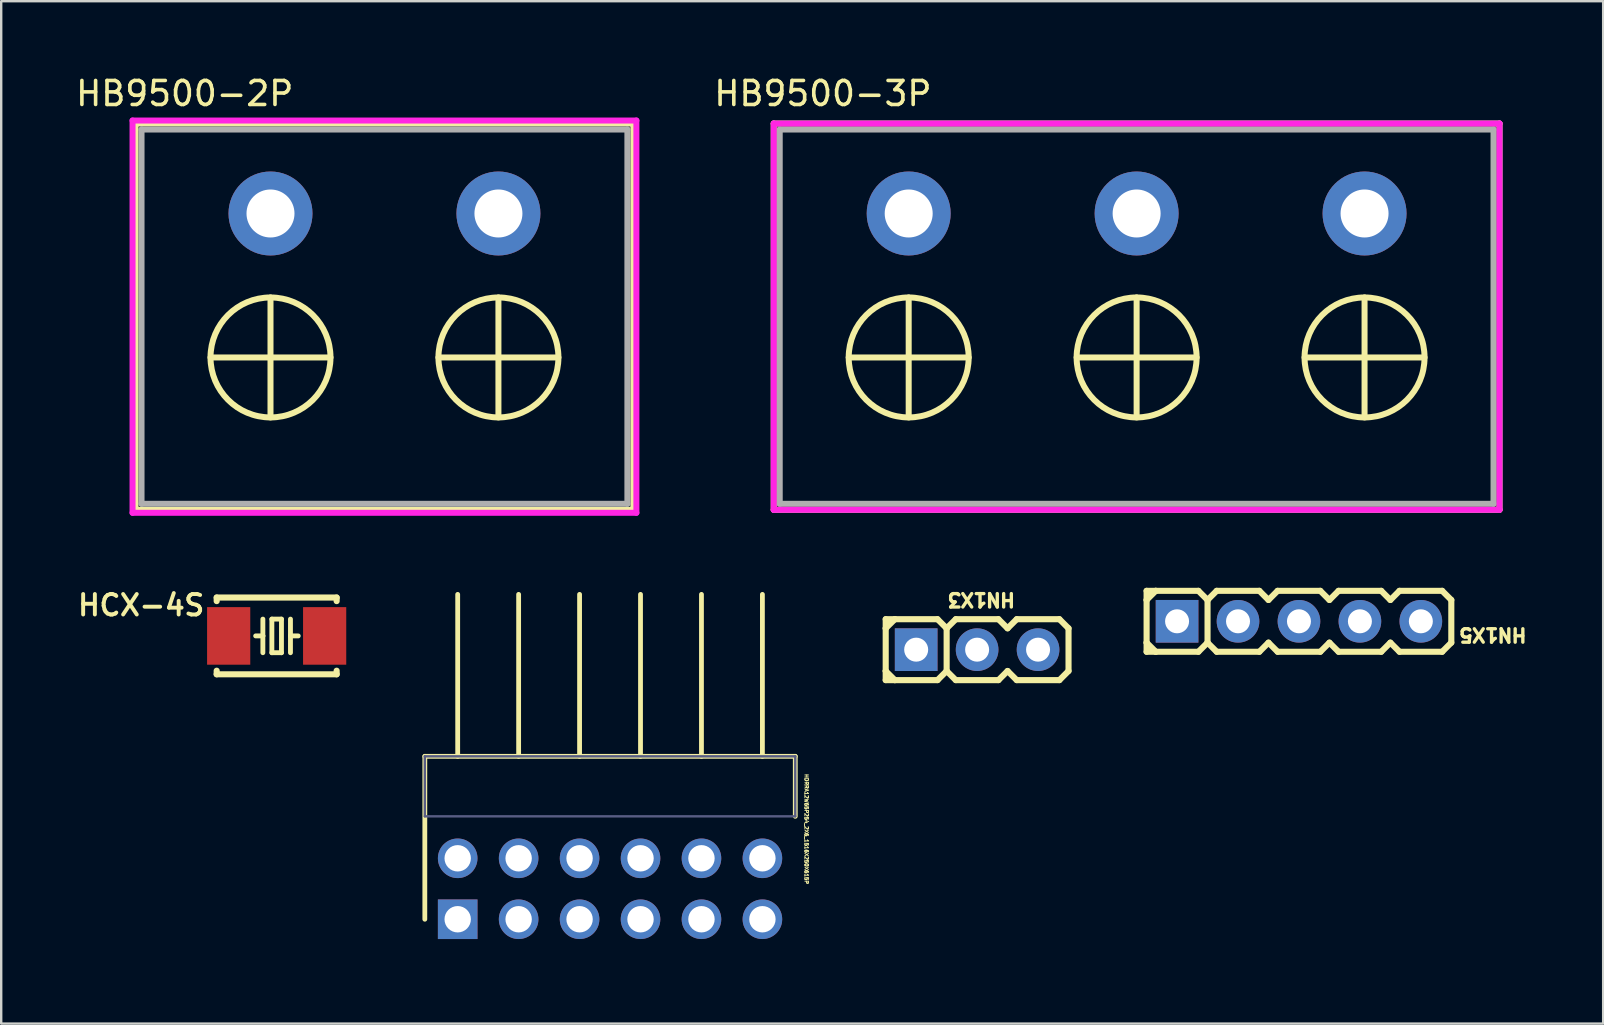
<source format=kicad_pcb>
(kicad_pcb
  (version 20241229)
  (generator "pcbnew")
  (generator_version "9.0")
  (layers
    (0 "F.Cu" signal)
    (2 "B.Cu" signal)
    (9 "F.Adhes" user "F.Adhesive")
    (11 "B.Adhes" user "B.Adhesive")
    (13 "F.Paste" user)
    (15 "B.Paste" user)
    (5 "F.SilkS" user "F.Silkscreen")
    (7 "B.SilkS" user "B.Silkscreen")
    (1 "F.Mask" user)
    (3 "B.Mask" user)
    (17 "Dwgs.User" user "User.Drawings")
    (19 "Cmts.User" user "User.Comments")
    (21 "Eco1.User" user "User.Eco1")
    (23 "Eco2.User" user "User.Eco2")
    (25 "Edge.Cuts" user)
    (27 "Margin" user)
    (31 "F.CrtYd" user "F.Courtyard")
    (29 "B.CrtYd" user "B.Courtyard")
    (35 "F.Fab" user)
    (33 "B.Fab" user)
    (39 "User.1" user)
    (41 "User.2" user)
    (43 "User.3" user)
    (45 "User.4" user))
  (footprint "HN1X5"
    (layer "F.Cu")
    (at 51.089 22.845)
    (property "Reference" "HN1X5" (at 6.604 0.889 180) (unlocked yes) (layer "F.SilkS") (effects (font (size 0.559 0.559) (thickness 0.203)) (justify right top)))
    (fp_line (start -6.35 -0.889) (end -6.35 -1.27) (stroke (width 0.254) (type solid)) (layer "F.SilkS"))
    (fp_line (start -6.35 -0.889) (end -5.969 -1.27) (stroke (width 0.254) (type solid)) (layer "F.SilkS"))
    (fp_line (start -6.35 0.889) (end -6.35 -0.889) (stroke (width 0.254) (type solid)) (layer "F.SilkS"))
    (fp_line (start -6.35 0.889) (end -5.969 1.27) (stroke (width 0.254) (type solid)) (layer "F.SilkS"))
    (fp_line (start -6.35 1.27) (end -6.35 0.889) (stroke (width 0.254) (type solid)) (layer "F.SilkS"))
    (fp_line (start -6.35 1.27) (end -5.969 1.27) (stroke (width 0.254) (type solid)) (layer "F.SilkS"))
    (fp_line (start -5.969 -1.27) (end -6.35 -1.27) (stroke (width 0.254) (type solid)) (layer "F.SilkS"))
    (fp_line (start -5.969 -1.27) (end -4.191 -1.27) (stroke (width 0.254) (type solid)) (layer "F.SilkS"))
    (fp_line (start -5.969 1.27) (end -4.191 1.27) (stroke (width 0.254) (type solid)) (layer "F.SilkS"))
    (fp_line (start -4.191 -1.27) (end -3.81 -0.889) (stroke (width 0.254) (type solid)) (layer "F.SilkS"))
    (fp_line (start -3.81 -0.889) (end -3.81 0.889) (stroke (width 0.254) (type solid)) (layer "F.SilkS"))
    (fp_line (start -3.81 -0.889) (end -3.429 -1.27) (stroke (width 0.254) (type solid)) (layer "F.SilkS"))
    (fp_line (start -3.81 0.889) (end -4.191 1.27) (stroke (width 0.254) (type solid)) (layer "F.SilkS"))
    (fp_line (start -3.81 0.889) (end -3.429 1.27) (stroke (width 0.254) (type solid)) (layer "F.SilkS"))
    (fp_line (start -3.429 -1.27) (end -1.651 -1.27) (stroke (width 0.254) (type solid)) (layer "F.SilkS"))
    (fp_line (start -1.651 1.27) (end -3.429 1.27) (stroke (width 0.254) (type solid)) (layer "F.SilkS"))
    (fp_line (start -1.27 -0.889) (end -1.651 -1.27) (stroke (width 0.254) (type solid)) (layer "F.SilkS"))
    (fp_line (start -1.27 -0.889) (end -0.889 -1.27) (stroke (width 0.254) (type solid)) (layer "F.SilkS"))
    (fp_line (start -1.27 0.889) (end -1.651 1.27) (stroke (width 0.254) (type solid)) (layer "F.SilkS"))
    (fp_line (start -1.27 0.889) (end -0.889 1.27) (stroke (width 0.254) (type solid)) (layer "F.SilkS"))
    (fp_line (start -0.889 -1.27) (end 0.889 -1.27) (stroke (width 0.254) (type solid)) (layer "F.SilkS"))
    (fp_line (start 0.889 1.27) (end -0.889 1.27) (stroke (width 0.254) (type solid)) (layer "F.SilkS"))
    (fp_line (start 0.889 1.27) (end 1.27 0.889) (stroke (width 0.254) (type solid)) (layer "F.SilkS"))
    (fp_line (start 1.27 -0.889) (end 0.889 -1.27) (stroke (width 0.254) (type solid)) (layer "F.SilkS"))
    (fp_line (start 1.27 -0.889) (end 1.651 -1.27) (stroke (width 0.254) (type solid)) (layer "F.SilkS"))
    (fp_line (start 1.27 0.889) (end 1.651 1.27) (stroke (width 0.254) (type solid)) (layer "F.SilkS"))
    (fp_line (start 1.651 -1.27) (end 3.429 -1.27) (stroke (width 0.254) (type solid)) (layer "F.SilkS"))
    (fp_line (start 3.429 1.27) (end 1.651 1.27) (stroke (width 0.254) (type solid)) (layer "F.SilkS"))
    (fp_line (start 3.429 1.27) (end 3.81 0.889) (stroke (width 0.254) (type solid)) (layer "F.SilkS"))
    (fp_line (start 3.81 -0.889) (end 3.429 -1.27) (stroke (width 0.254) (type solid)) (layer "F.SilkS"))
    (fp_line (start 3.81 -0.889) (end 4.191 -1.27) (stroke (width 0.254) (type solid)) (layer "F.SilkS"))
    (fp_line (start 3.81 0.889) (end 4.191 1.27) (stroke (width 0.254) (type solid)) (layer "F.SilkS"))
    (fp_line (start 4.191 -1.27) (end 5.969 -1.27) (stroke (width 0.254) (type solid)) (layer "F.SilkS"))
    (fp_line (start 5.969 1.27) (end 4.191 1.27) (stroke (width 0.254) (type solid)) (layer "F.SilkS"))
    (fp_line (start 5.969 1.27) (end 6.35 0.889) (stroke (width 0.254) (type solid)) (layer "F.SilkS"))
    (fp_line (start 6.35 -0.889) (end 5.969 -1.27) (stroke (width 0.254) (type solid)) (layer "F.SilkS"))
    (fp_line (start 6.35 -0.889) (end 6.35 0.889) (stroke (width 0.254) (type solid)) (layer "F.SilkS"))
    (pad "1" thru_hole rect (at -5.08 0) (size 1.778 1.778) (drill 1) (layers "*.Cu" "*.Mask"))
    (pad "2" thru_hole circle (at -2.54 0) (size 1.778 1.778) (drill 1) (layers "*.Cu" "*.Mask"))
    (pad "3" thru_hole circle (at 0 0) (size 1.778 1.778) (drill 1) (layers "*.Cu" "*.Mask"))
    (pad "4" thru_hole circle (at 2.54 0) (size 1.778 1.778) (drill 1) (layers "*.Cu" "*.Mask"))
    (pad "5" thru_hole circle (at 5.08 0) (size 1.778 1.778) (drill 1) (layers "*.Cu" "*.Mask")))
  (footprint "HDRRA12W65P254_2X6_1516X250X615P"
    (layer "F.Cu")
    (at 16.026 35.263)
    (property "Reference" "HDRRA12W65P254_2X6_1516X250X615P" (at 14.45 -6.075 270) (unlocked yes) (layer "F.SilkS") (effects (font (size 0.15 0.15) (thickness 0.05)) (justify left bottom)))
    (fp_line (start -1.37 -6.79) (end -1.37 0) (stroke (width 0.2) (type solid)) (layer "F.SilkS"))
    (fp_line (start -1.37 -6.79) (end 14.07 -6.79) (stroke (width 0.2) (type solid)) (layer "F.SilkS"))
    (fp_line (start 0 -13.54) (end 0 -6.79) (stroke (width 0.2) (type solid)) (layer "F.SilkS"))
    (fp_line (start 2.54 -13.54) (end 2.54 -6.79) (stroke (width 0.2) (type solid)) (layer "F.SilkS"))
    (fp_line (start 5.08 -13.54) (end 5.08 -6.79) (stroke (width 0.2) (type solid)) (layer "F.SilkS"))
    (fp_line (start 7.62 -13.54) (end 7.62 -6.79) (stroke (width 0.2) (type solid)) (layer "F.SilkS"))
    (fp_line (start 10.16 -13.54) (end 10.16 -6.79) (stroke (width 0.2) (type solid)) (layer "F.SilkS"))
    (fp_line (start 12.7 -13.54) (end 12.7 -6.79) (stroke (width 0.2) (type solid)) (layer "F.SilkS"))
    (fp_line (start 14.07 -6.79) (end 14.07 -4.29) (stroke (width 0.2) (type solid)) (layer "F.SilkS"))
    (fp_line (start -1.62 -13.79) (end -1.62 1.325) (stroke (width 0.05) (type solid)) (layer "Eco1.User"))
    (fp_line (start -1.62 -13.79) (end 14.32 -13.79) (stroke (width 0.05) (type solid)) (layer "Eco1.User"))
    (fp_line (start -1.62 1.325) (end 14.32 1.325) (stroke (width 0.05) (type solid)) (layer "Eco1.User"))
    (fp_line (start 14.32 -13.79) (end 14.32 1.325) (stroke (width 0.05) (type solid)) (layer "Eco1.User"))
    (fp_line (start -1.37 -6.79) (end -1.37 -4.29) (stroke (width 0.1) (type solid)) (layer "B.Fab"))
    (fp_line (start -1.37 -6.79) (end 14.07 -6.79) (stroke (width 0.1) (type solid)) (layer "B.Fab"))
    (fp_line (start -1.37 -4.29) (end 14.07 -4.29) (stroke (width 0.1) (type solid)) (layer "B.Fab"))
    (fp_line (start 14.07 -6.79) (end 14.07 -4.29) (stroke (width 0.1) (type solid)) (layer "B.Fab"))
    (pad "1" thru_hole rect (at 0 0) (size 1.65 1.65) (drill 1.1) (layers "*.Cu" "*.Mask"))
    (pad "2" thru_hole circle (at 0 -2.54) (size 1.65 1.65) (drill 1.1) (layers "*.Cu" "*.Mask"))
    (pad "3" thru_hole circle (at 2.54 0) (size 1.65 1.65) (drill 1.1) (layers "*.Cu" "*.Mask"))
    (pad "4" thru_hole circle (at 2.54 -2.54) (size 1.65 1.65) (drill 1.1) (layers "*.Cu" "*.Mask"))
    (pad "5" thru_hole circle (at 5.08 0) (size 1.65 1.65) (drill 1.1) (layers "*.Cu" "*.Mask"))
    (pad "6" thru_hole circle (at 5.08 -2.54) (size 1.65 1.65) (drill 1.1) (layers "*.Cu" "*.Mask"))
    (pad "7" thru_hole circle (at 7.62 0) (size 1.65 1.65) (drill 1.1) (layers "*.Cu" "*.Mask"))
    (pad "8" thru_hole circle (at 7.62 -2.54) (size 1.65 1.65) (drill 1.1) (layers "*.Cu" "*.Mask"))
    (pad "9" thru_hole circle (at 10.16 0) (size 1.65 1.65) (drill 1.1) (layers "*.Cu" "*.Mask"))
    (pad "10" thru_hole circle (at 10.16 -2.54) (size 1.65 1.65) (drill 1.1) (layers "*.Cu" "*.Mask"))
    (pad "11" thru_hole circle (at 12.7 0) (size 1.65 1.65) (drill 1.1) (layers "*.Cu" "*.Mask"))
    (pad "12" thru_hole circle (at 12.7 -2.54) (size 1.65 1.65) (drill 1.1) (layers "*.Cu" "*.Mask")))
  (footprint "HB9500-2P"
    (layer "F.Cu")
    (at 8.224 5.848)
    (property "Reference" "HB9500-2P" (at -3.575 -5 0) (layer "F.SilkS") (effects (font (size 1 1) (thickness 0.15))))
    (attr through_hole)
    (fp_line (start -5.625 -3.75) (end 15.125 -3.75) (stroke (width 0.25) (type solid)) (layer "F.SilkS"))
    (fp_line (start -5.625 12.35) (end -5.625 -3.75) (stroke (width 0.25) (type solid)) (layer "F.SilkS"))
    (fp_line (start 0 3.5) (end 0 8.5) (stroke (width 0.25) (type solid)) (layer "F.SilkS"))
    (fp_line (start 0 6) (end -2.5 6) (stroke (width 0.25) (type solid)) (layer "F.SilkS"))
    (fp_line (start 2.5 6) (end 0 6) (stroke (width 0.25) (type solid)) (layer "F.SilkS"))
    (fp_line (start 9.5 3.5) (end 9.5 8.5) (stroke (width 0.25) (type solid)) (layer "F.SilkS"))
    (fp_line (start 9.5 6) (end 7 6) (stroke (width 0.25) (type solid)) (layer "F.SilkS"))
    (fp_line (start 9.5 6) (end 12 6) (stroke (width 0.25) (type solid)) (layer "F.SilkS"))
    (fp_line (start 15.125 -3.75) (end 15.125 12.35) (stroke (width 0.25) (type solid)) (layer "F.SilkS"))
    (fp_line (start 15.125 12.35) (end -5.625 12.35) (stroke (width 0.25) (type solid)) (layer "F.SilkS"))
    (fp_circle (center 0 6) (end 0 3.5) (stroke (width 0.25) (type solid)) (fill no) (layer "F.SilkS"))
    (fp_circle (center 9.5 6) (end 9.5 3.5) (stroke (width 0.25) (type solid)) (fill no) (layer "F.SilkS"))
    (fp_line (start -5.5 -3.625) (end 15 -3.625) (stroke (width 0.25) (type solid)) (layer "Eco1.User"))
    (fp_line (start -5.5 12.225) (end -5.5 -3.625) (stroke (width 0.25) (type solid)) (layer "Eco1.User"))
    (fp_line (start 15 -3.625) (end 15 12.225) (stroke (width 0.25) (type solid)) (layer "Eco1.User"))
    (fp_line (start 15 12.225) (end -5.5 12.225) (stroke (width 0.25) (type solid)) (layer "Eco1.User"))
    (fp_line (start -5.75 -3.875) (end 15.25 -3.875) (stroke (width 0.25) (type solid)) (layer "F.CrtYd"))
    (fp_line (start -5.75 12.475) (end -5.75 -3.875) (stroke (width 0.25) (type solid)) (layer "F.CrtYd"))
    (fp_line (start 15.25 -3.875) (end 15.25 12.475) (stroke (width 0.25) (type solid)) (layer "F.CrtYd"))
    (fp_line (start 15.25 12.475) (end -5.75 12.475) (stroke (width 0.25) (type solid)) (layer "F.CrtYd"))
    (fp_line (start -5.375 -3.5) (end 14.875 -3.5) (stroke (width 0.25) (type solid)) (layer "F.Fab"))
    (fp_line (start -5.375 12.1) (end -5.375 -3.5) (stroke (width 0.25) (type solid)) (layer "F.Fab"))
    (fp_line (start 14.875 -3.5) (end 14.875 12.1) (stroke (width 0.25) (type solid)) (layer "F.Fab"))
    (fp_line (start 14.875 12.1) (end -5.375 12.1) (stroke (width 0.25) (type solid)) (layer "F.Fab"))
    (pad "1" thru_hole circle (at 0 0) (size 3.5 3.5) (drill 2) (layers "*.Cu" "*.Mask"))
    (pad "2" thru_hole circle (at 9.5 0) (size 3.5 3.5) (drill 2) (layers "*.Cu" "*.Mask")))
  (footprint "HN1X3"
    (layer "F.Cu")
    (at 37.675 24.027)
    (property "Reference" "HN1X3" (at 1.651 -2.413 180) (unlocked yes) (layer "F.SilkS") (effects (font (size 0.559 0.559) (thickness 0.203)) (justify left bottom)))
    (fp_line (start -3.81 -0.889) (end -3.81 -1.27) (stroke (width 0.254) (type solid)) (layer "F.SilkS"))
    (fp_line (start -3.81 -0.889) (end -3.429 -1.27) (stroke (width 0.254) (type solid)) (layer "F.SilkS"))
    (fp_line (start -3.81 0.889) (end -3.81 -0.889) (stroke (width 0.254) (type solid)) (layer "F.SilkS"))
    (fp_line (start -3.81 0.889) (end -3.429 1.27) (stroke (width 0.254) (type solid)) (layer "F.SilkS"))
    (fp_line (start -3.81 1.27) (end -3.81 0.889) (stroke (width 0.254) (type solid)) (layer "F.SilkS"))
    (fp_line (start -3.81 1.27) (end -3.429 1.27) (stroke (width 0.254) (type solid)) (layer "F.SilkS"))
    (fp_line (start -3.429 -1.27) (end -3.81 -1.27) (stroke (width 0.254) (type solid)) (layer "F.SilkS"))
    (fp_line (start -3.429 -1.27) (end -1.651 -1.27) (stroke (width 0.254) (type solid)) (layer "F.SilkS"))
    (fp_line (start -3.429 1.27) (end -1.651 1.27) (stroke (width 0.254) (type solid)) (layer "F.SilkS"))
    (fp_line (start -1.651 -1.27) (end -1.27 -0.889) (stroke (width 0.254) (type solid)) (layer "F.SilkS"))
    (fp_line (start -1.27 -0.889) (end -1.27 0.889) (stroke (width 0.254) (type solid)) (layer "F.SilkS"))
    (fp_line (start -1.27 -0.889) (end -0.889 -1.27) (stroke (width 0.254) (type solid)) (layer "F.SilkS"))
    (fp_line (start -1.27 0.889) (end -1.651 1.27) (stroke (width 0.254) (type solid)) (layer "F.SilkS"))
    (fp_line (start -1.27 0.889) (end -0.889 1.27) (stroke (width 0.254) (type solid)) (layer "F.SilkS"))
    (fp_line (start -0.889 -1.27) (end 0.889 -1.27) (stroke (width 0.254) (type solid)) (layer "F.SilkS"))
    (fp_line (start 0.889 1.27) (end -0.889 1.27) (stroke (width 0.254) (type solid)) (layer "F.SilkS"))
    (fp_line (start 1.27 -0.889) (end 0.889 -1.27) (stroke (width 0.254) (type solid)) (layer "F.SilkS"))
    (fp_line (start 1.27 -0.889) (end 1.651 -1.27) (stroke (width 0.254) (type solid)) (layer "F.SilkS"))
    (fp_line (start 1.27 0.889) (end 0.889 1.27) (stroke (width 0.254) (type solid)) (layer "F.SilkS"))
    (fp_line (start 1.27 0.889) (end 1.651 1.27) (stroke (width 0.254) (type solid)) (layer "F.SilkS"))
    (fp_line (start 1.651 -1.27) (end 3.429 -1.27) (stroke (width 0.254) (type solid)) (layer "F.SilkS"))
    (fp_line (start 3.429 1.27) (end 1.651 1.27) (stroke (width 0.254) (type solid)) (layer "F.SilkS"))
    (fp_line (start 3.429 1.27) (end 3.81 0.889) (stroke (width 0.254) (type solid)) (layer "F.SilkS"))
    (fp_line (start 3.81 -0.889) (end 3.429 -1.27) (stroke (width 0.254) (type solid)) (layer "F.SilkS"))
    (fp_line (start 3.81 -0.889) (end 3.81 0.889) (stroke (width 0.254) (type solid)) (layer "F.SilkS"))
    (pad "1" thru_hole rect (at -2.54 0) (size 1.778 1.778) (drill 1) (layers "*.Cu" "*.Mask"))
    (pad "2" thru_hole circle (at 0 0) (size 1.778 1.778) (drill 1) (layers "*.Cu" "*.Mask"))
    (pad "3" thru_hole circle (at 2.54 0) (size 1.778 1.778) (drill 1) (layers "*.Cu" "*.Mask")))
  (footprint "HCX-4S"
    (layer "F.Cu")
    (at 8.481 23.454)
    (property "Reference" "HCX-4S" (at -2.921 -1.778 0) (unlocked yes) (layer "F.SilkS") (effects (font (size 0.853 0.853) (thickness 0.163)) (justify right top)))
    (fp_line (start -2.5 -1.6) (end -2.5 -1.45) (stroke (width 0.254) (type solid)) (layer "F.SilkS"))
    (fp_line (start -2.5 1.45) (end -2.5 1.6) (stroke (width 0.254) (type solid)) (layer "F.SilkS"))
    (fp_line (start -2.5 1.6) (end 2.5 1.6) (stroke (width 0.254) (type solid)) (layer "F.SilkS"))
    (fp_line (start -0.575 -0.7) (end -0.575 0) (stroke (width 0.203) (type solid)) (layer "F.SilkS"))
    (fp_line (start -0.575 0) (end -0.875 0) (stroke (width 0.203) (type solid)) (layer "F.SilkS"))
    (fp_line (start -0.575 0) (end -0.575 0.7) (stroke (width 0.203) (type solid)) (layer "F.SilkS"))
    (fp_line (start -0.2 -0.7) (end -0.2 0.7) (stroke (width 0.203) (type solid)) (layer "F.SilkS"))
    (fp_line (start -0.2 0.7) (end 0.2 0.7) (stroke (width 0.203) (type solid)) (layer "F.SilkS"))
    (fp_line (start 0.2 -0.7) (end -0.2 -0.7) (stroke (width 0.203) (type solid)) (layer "F.SilkS"))
    (fp_line (start 0.2 0.7) (end 0.2 -0.7) (stroke (width 0.203) (type solid)) (layer "F.SilkS"))
    (fp_line (start 0.575 -0.7) (end 0.575 0) (stroke (width 0.203) (type solid)) (layer "F.SilkS"))
    (fp_line (start 0.575 0) (end 0.575 0.7) (stroke (width 0.203) (type solid)) (layer "F.SilkS"))
    (fp_line (start 0.575 0) (end 0.9 0) (stroke (width 0.203) (type solid)) (layer "F.SilkS"))
    (fp_line (start 2.5 -1.6) (end -2.5 -1.6) (stroke (width 0.254) (type solid)) (layer "F.SilkS"))
    (fp_line (start 2.5 -1.45) (end 2.5 -1.6) (stroke (width 0.254) (type solid)) (layer "F.SilkS"))
    (fp_line (start 2.5 1.6) (end 2.5 1.45) (stroke (width 0.254) (type solid)) (layer "F.SilkS"))
    (pad "1" smd rect (at -2 0) (size 1.8 2.4) (layers "F.Cu" "F.Mask" "F.Paste"))
    (pad "2" smd rect (at 2 0) (size 1.8 2.4) (layers "F.Cu" "F.Mask" "F.Paste")))
  (footprint "HB9500-3P"
    (layer "F.Cu")
    (at 34.823 5.848)
    (property "Reference" "HB9500-3P" (at -3.575 -5 0) (layer "F.SilkS") (effects (font (size 1 1) (thickness 0.15))))
    (attr through_hole)
    (fp_line (start -5.625 -3.75) (end 24.625 -3.75) (stroke (width 0.25) (type solid)) (layer "F.SilkS"))
    (fp_line (start -5.625 12.35) (end -5.625 -3.75) (stroke (width 0.25) (type solid)) (layer "F.SilkS"))
    (fp_line (start 0 3.5) (end 0 8.5) (stroke (width 0.25) (type solid)) (layer "F.SilkS"))
    (fp_line (start 0 6) (end -2.5 6) (stroke (width 0.25) (type solid)) (layer "F.SilkS"))
    (fp_line (start 2.5 6) (end 0 6) (stroke (width 0.25) (type solid)) (layer "F.SilkS"))
    (fp_line (start 9.5 3.5) (end 9.5 8.5) (stroke (width 0.25) (type solid)) (layer "F.SilkS"))
    (fp_line (start 9.5 6) (end 7 6) (stroke (width 0.25) (type solid)) (layer "F.SilkS"))
    (fp_line (start 9.5 6) (end 12 6) (stroke (width 0.25) (type solid)) (layer "F.SilkS"))
    (fp_line (start 16.5 6) (end 19 6) (stroke (width 0.25) (type solid)) (layer "F.SilkS"))
    (fp_line (start 19 3.5) (end 19 8.5) (stroke (width 0.25) (type solid)) (layer "F.SilkS"))
    (fp_line (start 19 6) (end 21.5 6) (stroke (width 0.25) (type solid)) (layer "F.SilkS"))
    (fp_line (start 24.625 -3.75) (end 24.625 12.35) (stroke (width 0.25) (type solid)) (layer "F.SilkS"))
    (fp_line (start 24.625 12.35) (end -5.625 12.35) (stroke (width 0.25) (type solid)) (layer "F.SilkS"))
    (fp_circle (center 0 6) (end 0 3.5) (stroke (width 0.25) (type solid)) (fill no) (layer "F.SilkS"))
    (fp_circle (center 9.5 6) (end 9.5 3.5) (stroke (width 0.25) (type solid)) (fill no) (layer "F.SilkS"))
    (fp_circle (center 19 6) (end 19 3.5) (stroke (width 0.25) (type solid)) (fill no) (layer "F.SilkS"))
    (fp_line (start -5.625 -3.75) (end 24.625 -3.75) (stroke (width 0.25) (type solid)) (layer "F.CrtYd"))
    (fp_line (start -5.625 12.35) (end -5.625 -3.75) (stroke (width 0.25) (type solid)) (layer "F.CrtYd"))
    (fp_line (start 24.625 -3.75) (end 24.625 12.35) (stroke (width 0.25) (type solid)) (layer "F.CrtYd"))
    (fp_line (start 24.625 12.35) (end -5.625 12.35) (stroke (width 0.25) (type solid)) (layer "F.CrtYd"))
    (fp_line (start -5.375 -3.5) (end 24.375 -3.5) (stroke (width 0.25) (type solid)) (layer "F.Fab"))
    (fp_line (start -5.375 12.1) (end -5.375 -3.5) (stroke (width 0.25) (type solid)) (layer "F.Fab"))
    (fp_line (start 24.375 -3.5) (end 24.375 12.1) (stroke (width 0.25) (type solid)) (layer "F.Fab"))
    (fp_line (start 24.375 12.1) (end -5.375 12.1) (stroke (width 0.25) (type solid)) (layer "F.Fab"))
    (pad "1" thru_hole circle (at 0 0) (size 3.5 3.5) (drill 2) (layers "*.Cu" "*.Mask"))
    (pad "2" thru_hole circle (at 9.5 0) (size 3.5 3.5) (drill 2) (layers "*.Cu" "*.Mask"))
    (pad "3" thru_hole circle (at 19 0) (size 3.5 3.5) (drill 2) (layers "*.Cu" "*.Mask")))
  (gr_rect
    (start -3 -3)
    (end 63.768 39.613)
    (stroke (width 0.1) (type default))
    (fill no)
    (layer "Edge.Cuts")))
</source>
